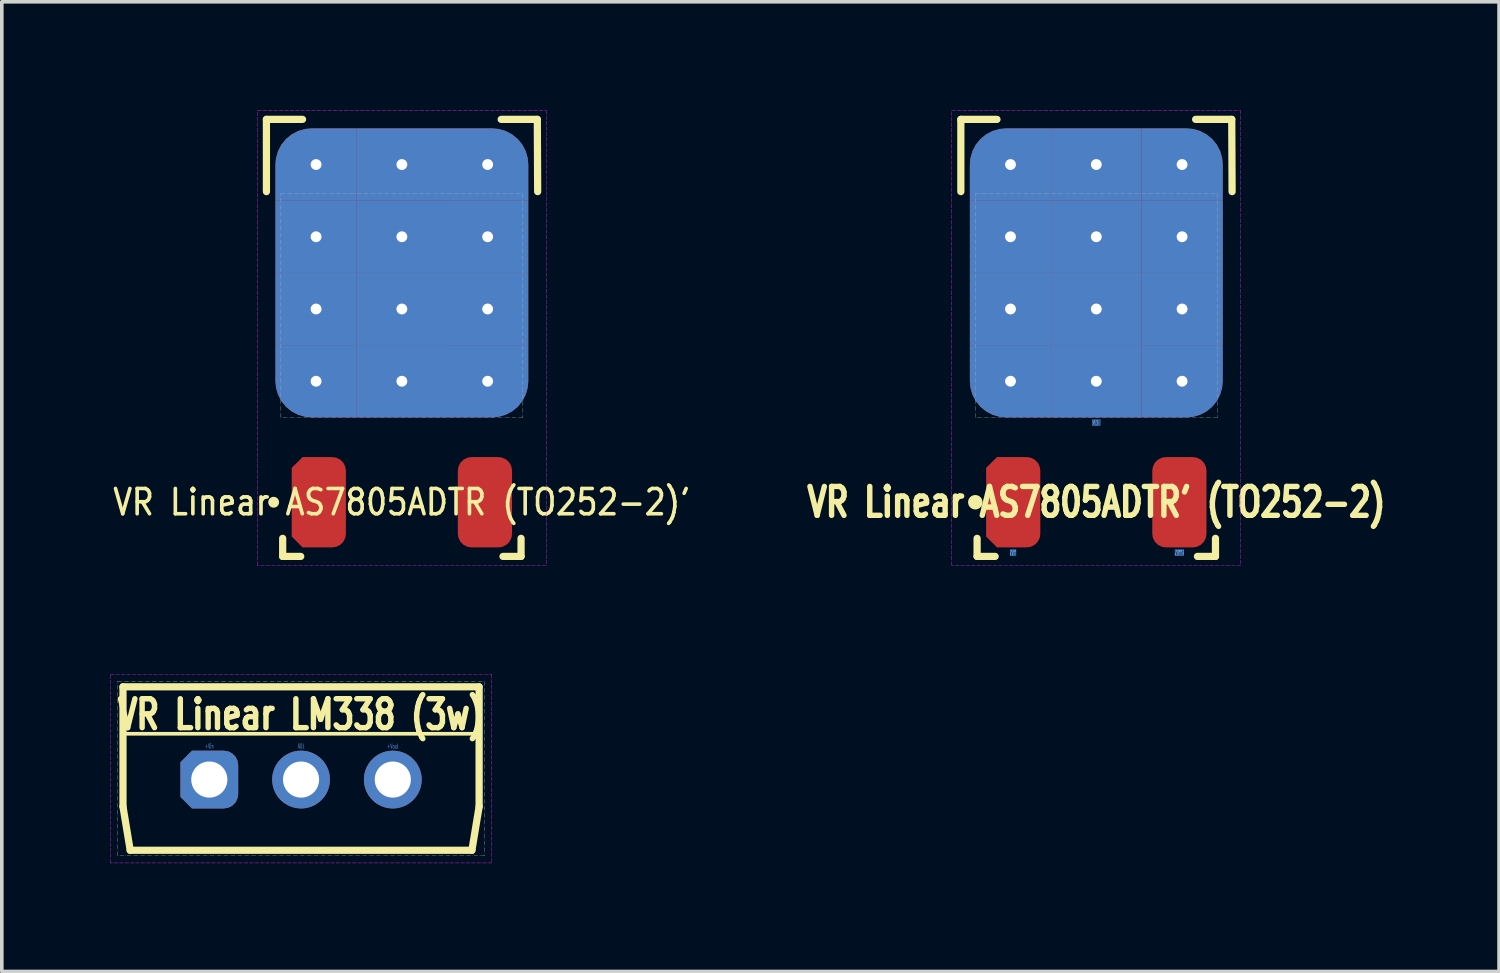
<source format=kicad_pcb>
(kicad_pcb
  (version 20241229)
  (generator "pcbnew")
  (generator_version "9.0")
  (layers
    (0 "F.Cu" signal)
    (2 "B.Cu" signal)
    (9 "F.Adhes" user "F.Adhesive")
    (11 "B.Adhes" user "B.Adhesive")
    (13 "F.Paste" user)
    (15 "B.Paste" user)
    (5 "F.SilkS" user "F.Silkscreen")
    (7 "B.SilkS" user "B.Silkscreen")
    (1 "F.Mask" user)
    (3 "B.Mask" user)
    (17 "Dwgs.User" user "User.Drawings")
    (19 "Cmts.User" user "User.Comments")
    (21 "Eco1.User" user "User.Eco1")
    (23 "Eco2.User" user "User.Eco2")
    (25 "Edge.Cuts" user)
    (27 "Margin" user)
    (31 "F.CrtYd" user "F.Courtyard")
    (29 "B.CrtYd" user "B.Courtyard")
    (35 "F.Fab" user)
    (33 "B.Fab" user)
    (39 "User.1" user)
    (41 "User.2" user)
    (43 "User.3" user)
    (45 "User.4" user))
  (footprint "VR Linear AS7805ADTR' (TO252-2)"
    (layer "F.Cu")
    (at 27.302 10.855)
    (property "Reference" "VR Linear AS7805ADTR' (TO252-2)" (at 0 0 0) (layer "F.SilkS") (effects (font (size 0.8 0.6) (thickness 0.15))))
    (attr smd)
    (fp_line (start -3.75 -10.6) (end -2.75 -10.6) (stroke (width 0.2) (type default)) (layer "F.SilkS"))
    (fp_line (start -3.75 -8.6) (end -3.75 -10.6) (stroke (width 0.2) (type default)) (layer "F.SilkS"))
    (fp_line (start -3.3 1.5) (end -3.3 1) (stroke (width 0.2) (type default)) (layer "F.SilkS"))
    (fp_line (start -3.3 1.5) (end -2.8 1.5) (stroke (width 0.2) (type default)) (layer "F.SilkS"))
    (fp_line (start 2.75 -10.6) (end 3.75 -10.6) (stroke (width 0.2) (type default)) (layer "F.SilkS"))
    (fp_line (start 3.3 1.5) (end 2.8 1.5) (stroke (width 0.2) (type default)) (layer "F.SilkS"))
    (fp_line (start 3.3 1.5) (end 3.3 1) (stroke (width 0.2) (type default)) (layer "F.SilkS"))
    (fp_line (start 3.76 -8.6) (end 3.75 -10.6) (stroke (width 0.2) (type default)) (layer "F.SilkS"))
    (fp_circle (center -3.35 0) (end -3.2 0) (stroke (width 0.1) (type solid)) (fill yes) (layer "F.SilkS"))
    (fp_rect (start -4 -10.85) (end 4 1.75) (stroke (width 0.01) (type dash)) (fill no) (layer "F.CrtYd"))
    (fp_rect (start -3.35 -8.55) (end 3.35 -2.35) (stroke (width 0.01) (type dash_dot)) (fill no) (layer "F.Fab"))
    (fp_text user "Vin" (at -2.3 1.4 0) (layer "Cmts.User" knockout) (effects (font (size 0.13 0.07) (thickness 0.01) (bold yes))))
    (fp_text user "GND" (at 0 -2.2 0) (layer "Cmts.User" knockout) (effects (font (size 0.13 0.07) (thickness 0.01) (bold yes))))
    (fp_text user "Vout" (at 2.3 1.4 0) (layer "Cmts.User" knockout) (effects (font (size 0.13 0.07) (thickness 0.01) (bold yes))))
    (pad "1" smd roundrect (at -2.3 0) (size 1.5 2.5) (layers "F.Cu" "F.Mask" "F.Paste") (roundrect_rratio 0.25) (chamfer_ratio 0.2) (chamfer top_left bottom_left))
    (pad "2" thru_hole roundrect (at -2.375 -9.35) (size 2.25 2) (drill 0.3) (layers "*.Cu" "F.Mask" "F.Paste") (roundrect_rratio 0.5) (chamfer_ratio 0) (chamfer top_right bottom_left bottom_right))
    (pad "2" thru_hole rect (at -2.375 -7.35) (size 2.25 2) (drill 0.3) (layers "*.Cu" "F.Mask" "F.Paste"))
    (pad "2" thru_hole rect (at -2.375 -5.35) (size 2.25 2) (drill 0.3) (layers "*.Cu" "F.Mask" "F.Paste"))
    (pad "2" thru_hole roundrect (at -2.375 -3.35) (size 2.25 2) (drill 0.3) (layers "*.Cu" "F.Mask" "F.Paste") (roundrect_rratio 0.5) (chamfer_ratio 0) (chamfer top_left top_right bottom_right))
    (pad "2" thru_hole rect (at 0 -9.35) (size 2.5 2) (drill 0.3) (layers "*.Cu" "F.Mask" "F.Paste"))
    (pad "2" thru_hole rect (at 0 -7.35) (size 2.5 2) (drill 0.3) (layers "*.Cu" "F.Mask" "F.Paste"))
    (pad "2" thru_hole rect (at 0 -5.35) (size 2.5 2) (drill 0.3) (layers "*.Cu" "F.Mask" "F.Paste"))
    (pad "2" thru_hole rect (at 0 -3.35) (size 2.5 2) (drill 0.3) (layers "*.Cu" "F.Mask" "F.Paste"))
    (pad "2" thru_hole roundrect (at 2.375 -9.35) (size 2.25 2) (drill 0.3) (layers "*.Cu" "F.Mask" "F.Paste") (roundrect_rratio 0.5) (chamfer_ratio 0) (chamfer top_left bottom_left bottom_right))
    (pad "2" thru_hole rect (at 2.375 -7.35) (size 2.25 2) (drill 0.3) (layers "*.Cu" "F.Mask" "F.Paste"))
    (pad "2" thru_hole rect (at 2.375 -5.35) (size 2.25 2) (drill 0.3) (layers "*.Cu" "F.Mask" "F.Paste"))
    (pad "2" thru_hole roundrect (at 2.375 -3.35) (size 2.25 2) (drill 0.3) (layers "*.Cu" "F.Mask" "F.Paste") (roundrect_rratio 0.5) (chamfer_ratio 0) (chamfer top_left top_right bottom_left))
    (pad "3" smd roundrect (at 2.3 0) (size 1.5 2.5) (layers "F.Cu" "F.Mask" "F.Paste") (roundrect_rratio 0.25) (chamfer_ratio 0.2) (chamfer)))
  (footprint "VR Linear AS7805ADTR (TO252-2)'"
    (layer "F.Cu")
    (at 8.076 10.855)
    (property "Reference" "VR Linear AS7805ADTR (TO252-2)'" (at 0 0 0) (unlocked yes) (layer "F.SilkS") (effects (font (size 0.7 0.6) (thickness 0.1))))
    (attr smd)
    (fp_line (start -3.75 -10.6) (end -2.75 -10.6) (stroke (width 0.2) (type default)) (layer "F.SilkS"))
    (fp_line (start -3.75 -8.6) (end -3.75 -10.6) (stroke (width 0.2) (type default)) (layer "F.SilkS"))
    (fp_line (start -3.3 1.5) (end -3.3 1) (stroke (width 0.2) (type default)) (layer "F.SilkS"))
    (fp_line (start -3.3 1.5) (end -2.8 1.5) (stroke (width 0.2) (type default)) (layer "F.SilkS"))
    (fp_line (start 2.75 -10.6) (end 3.75 -10.6) (stroke (width 0.2) (type default)) (layer "F.SilkS"))
    (fp_line (start 3.3 1.5) (end 2.8 1.5) (stroke (width 0.2) (type default)) (layer "F.SilkS"))
    (fp_line (start 3.3 1.5) (end 3.3 1) (stroke (width 0.2) (type default)) (layer "F.SilkS"))
    (fp_line (start 3.76 -8.6) (end 3.75 -10.6) (stroke (width 0.2) (type default)) (layer "F.SilkS"))
    (fp_circle (center -3.55 0) (end -3.45 0) (stroke (width 0.1) (type solid)) (fill yes) (layer "F.SilkS"))
    (fp_rect (start -4 -10.85) (end 4 1.75) (stroke (width 0.01) (type dash)) (fill no) (layer "F.CrtYd"))
    (fp_rect (start -3.35 -8.55) (end 3.35 -2.35) (stroke (width 0.01) (type dash_dot)) (fill no) (layer "F.Fab"))
    (fp_text user "GND" (at 0 -2.25 0) (unlocked yes) (layer "User.7") (effects (font (size 0.13 0.07) (thickness 0.014) (bold yes)) (justify top)))
    (fp_text user "Vin" (at -2.3 1.35 0) (unlocked yes) (layer "User.7") (effects (font (size 0.13 0.07) (thickness 0.014) (bold yes)) (justify top)))
    (fp_text user "Vout" (at 2.3 1.35 0) (unlocked yes) (layer "User.7") (effects (font (size 0.13 0.07) (thickness 0.014) (bold yes)) (justify top)))
    (pad "1" smd roundrect (at -2.3 0) (size 1.5 2.5) (layers "F.Cu" "F.Mask" "F.Paste") (roundrect_rratio 0.25) (chamfer_ratio 0.2) (chamfer top_left bottom_left))
    (pad "2" thru_hole roundrect (at -2.375 -9.35) (size 2.25 2) (drill 0.3) (layers "*.Cu" "F.Mask" "F.Paste") (roundrect_rratio 0.5) (chamfer_ratio 0) (chamfer top_right bottom_left bottom_right))
    (pad "2" thru_hole rect (at -2.375 -7.35) (size 2.25 2) (drill 0.3) (layers "*.Cu" "F.Mask" "F.Paste"))
    (pad "2" thru_hole rect (at -2.375 -5.35) (size 2.25 2) (drill 0.3) (layers "*.Cu" "F.Mask" "F.Paste"))
    (pad "2" thru_hole roundrect (at -2.375 -3.35) (size 2.25 2) (drill 0.3) (layers "*.Cu" "F.Mask" "F.Paste") (roundrect_rratio 0.5) (chamfer_ratio 0) (chamfer top_left top_right bottom_right))
    (pad "2" thru_hole rect (at 0 -9.35) (size 2.5 2) (drill 0.3) (layers "*.Cu" "F.Mask" "F.Paste"))
    (pad "2" thru_hole rect (at 0 -7.35) (size 2.5 2) (drill 0.3) (layers "*.Cu" "F.Mask" "F.Paste"))
    (pad "2" thru_hole rect (at 0 -5.35) (size 2.5 2) (drill 0.3) (layers "*.Cu" "F.Mask" "F.Paste"))
    (pad "2" thru_hole rect (at 0 -3.35) (size 2.5 2) (drill 0.3) (layers "*.Cu" "F.Mask" "F.Paste"))
    (pad "2" thru_hole roundrect (at 2.375 -9.35) (size 2.25 2) (drill 0.3) (layers "*.Cu" "F.Mask" "F.Paste") (roundrect_rratio 0.5) (chamfer_ratio 0) (chamfer top_left bottom_left bottom_right))
    (pad "2" thru_hole rect (at 2.375 -7.35) (size 2.25 2) (drill 0.3) (layers "*.Cu" "F.Mask" "F.Paste"))
    (pad "2" thru_hole rect (at 2.375 -5.35) (size 2.25 2) (drill 0.3) (layers "*.Cu" "F.Mask" "F.Paste"))
    (pad "2" thru_hole roundrect (at 2.375 -3.35) (size 2.25 2) (drill 0.3) (layers "*.Cu" "F.Mask" "F.Paste") (roundrect_rratio 0.5) (chamfer_ratio 0) (chamfer top_left top_right bottom_left))
    (pad "3" smd roundrect (at 2.3 0) (size 1.5 2.5) (layers "F.Cu" "F.Mask" "F.Paste") (roundrect_rratio 0.25) (chamfer_ratio 0.2) (chamfer)))
  (footprint "VR Linear LM338 (3w)"
    (layer "F.Cu")
    (at 5.285 18.533)
    (property "Reference" "VR Linear LM338 (3w)" (at 0 -1.8 0) (unlocked yes) (layer "F.SilkS") (effects (font (size 0.8 0.6) (thickness 0.15))))
    (attr through_hole)
    (fp_line (start -4.93 -2.568) (end -4.93 0.75) (stroke (width 0.2) (type default)) (layer "F.SilkS"))
    (fp_line (start -4.93 0.75) (end -4.73 1.958) (stroke (width 0.2) (type default)) (layer "F.SilkS"))
    (fp_line (start 4.73 1.958) (end -4.73 1.958) (stroke (width 0.2) (type default)) (layer "F.SilkS"))
    (fp_line (start 4.93 -2.568) (end -4.93 -2.568) (stroke (width 0.2) (type default)) (layer "F.SilkS"))
    (fp_line (start 4.93 -2.568) (end 4.93 0.75) (stroke (width 0.2) (type default)) (layer "F.SilkS"))
    (fp_line (start 4.93 -1.268) (end -4.93 -1.268) (stroke (width 0.1) (type default)) (layer "F.SilkS"))
    (fp_line (start 4.93 0.75) (end 4.73 1.958) (stroke (width 0.2) (type default)) (layer "F.SilkS"))
    (fp_rect (start -5.28 -2.918) (end 5.28 2.308) (stroke (width 0.01) (type dash)) (fill no) (layer "F.CrtYd"))
    (fp_rect (start -5.08 -2.718) (end 5.08 2.108) (stroke (width 0.01) (type dash_dot)) (fill no) (layer "F.Fab"))
    (fp_text user "ADJ" (at 0 -1 0) (unlocked yes) (layer "Cmts.User") (effects (font (size 0.13 0.07) (thickness 0.01) (bold yes)) (justify top)))
    (fp_text user "+Vin" (at -2.54 -1 0) (unlocked yes) (layer "Cmts.User") (effects (font (size 0.13 0.07) (thickness 0.01) (bold yes)) (justify top)))
    (fp_text user "+Vout" (at 2.54 -1 0) (unlocked yes) (layer "Cmts.User") (effects (font (size 0.13 0.07) (thickness 0.01) (bold yes)) (justify top)))
    (pad "1" thru_hole roundrect (at -2.54 0) (size 1.6 1.6) (drill 1) (layers "*.Cu" "B.Mask") (roundrect_rratio 0.25) (chamfer_ratio 0.2) (chamfer top_left bottom_left))
    (pad "2" thru_hole circle (at 0 0) (size 1.6 1.6) (drill 1) (layers "*.Cu" "B.Mask"))
    (pad "3" thru_hole circle (at 2.54 0) (size 1.6 1.6) (drill 1) (layers "*.Cu" "B.Mask")))
  (gr_rect
    (start -3 -3)
    (end 38.453 23.846)
    (stroke (width 0.1) (type default))
    (fill no)
    (layer "Edge.Cuts")))
</source>
